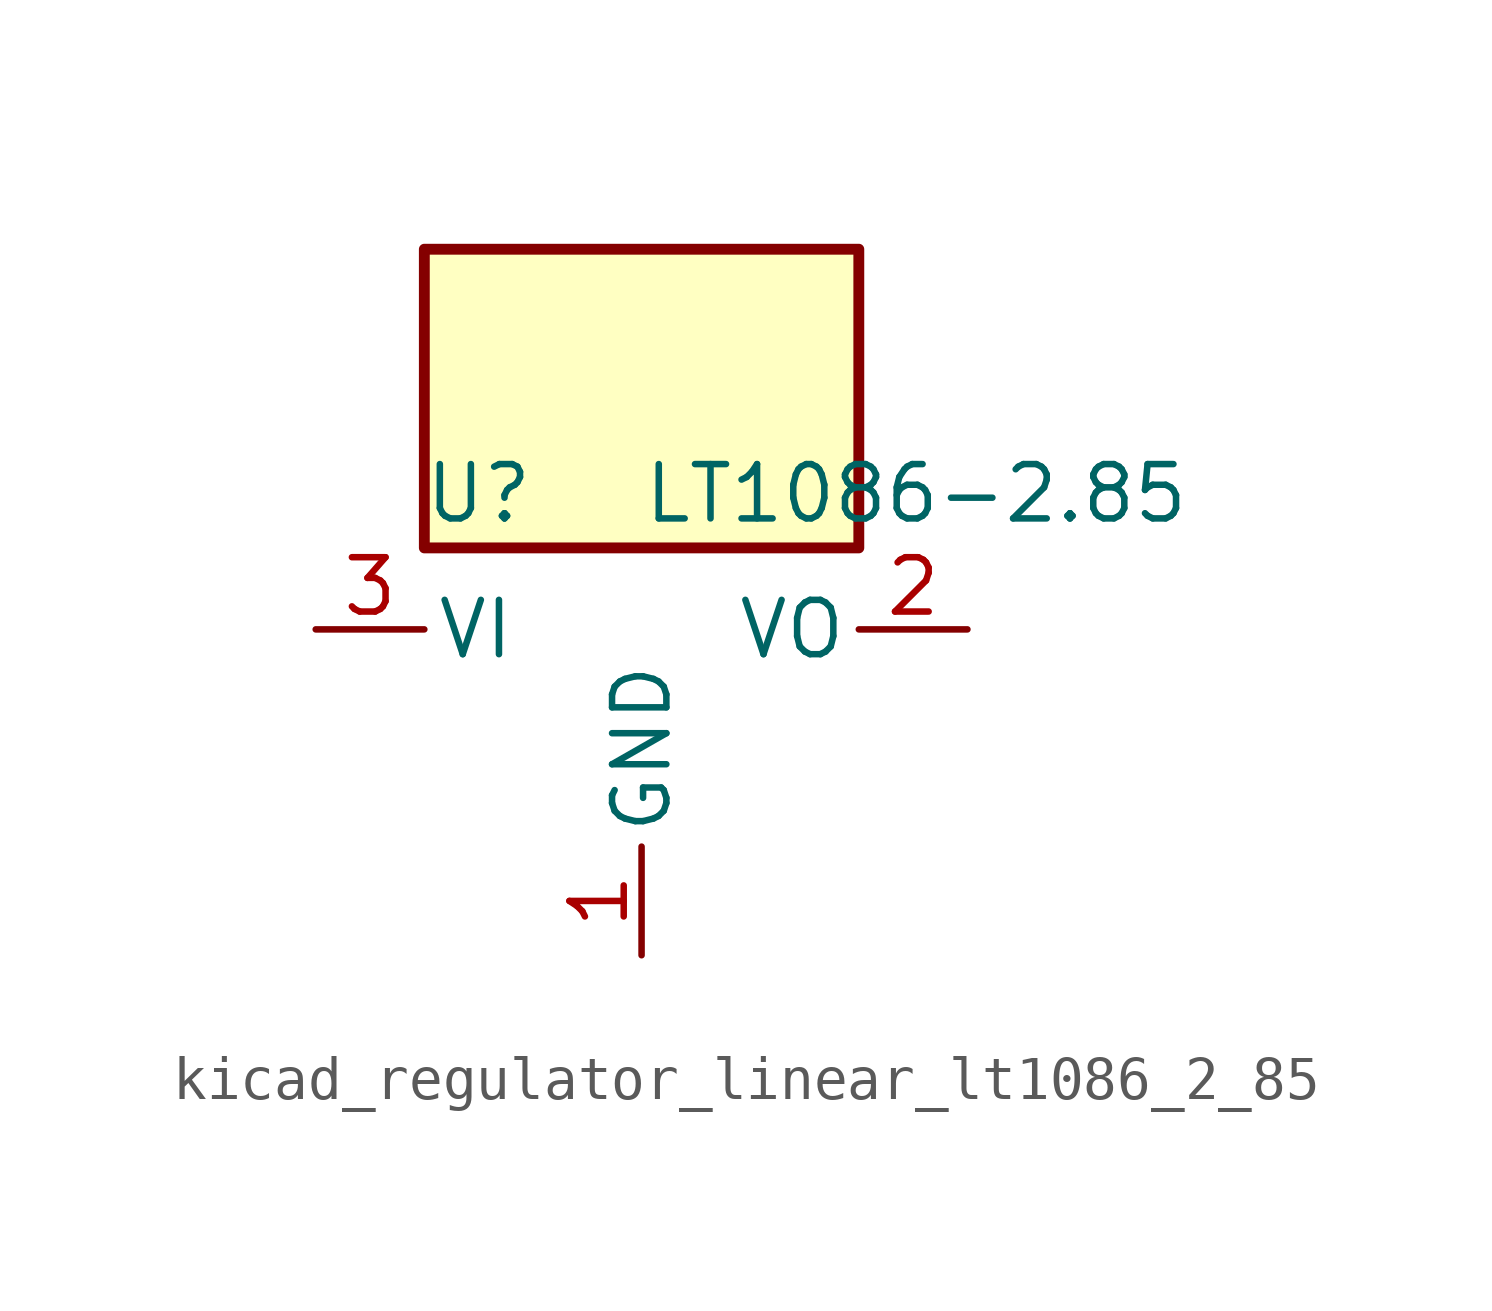
<source format=kicad_sym>
(kicad_symbol_lib
  (version 20220914)
  (generator kicad_symbol_editor)
  (symbol "kicad_regulator_linear_lt1086_2_85"
    (pin_names
      (offset 0.254))
    (property "Reference" "U"
      (at -3.81 3.175 0)
      (effects (font (size 1.27 1.27))))
    (property "Value" "LT1086-2.85"
      (at 0 3.175 0)
      (effects (font (size 1.27 1.27)) (justify left)))
    (symbol "kicad_regulator_linear_lt1086_2_85_0_1"
      (rectangle (start 5.08 8.89) (end -5.08 1.905) (stroke (width 0.254) (type default)) (fill (type background))))
    (symbol "kicad_regulator_linear_lt1086_2_85_1_1"
      (pin power_in line (at 0 -7.62 90) (length 2.54) (name "GND" (effects (font (size 1.27 1.27)))) (number "1" (effects (font (size 1.27 1.27)))))
      (pin power_out line (at 7.62 0 180) (length 2.54) (name "VO" (effects (font (size 1.27 1.27)))) (number "2" (effects (font (size 1.27 1.27)))))
      (pin power_in line (at -7.62 0 0) (length 2.54) (name "VI" (effects (font (size 1.27 1.27)))) (number "3" (effects (font (size 1.27 1.27))))))))
</source>
